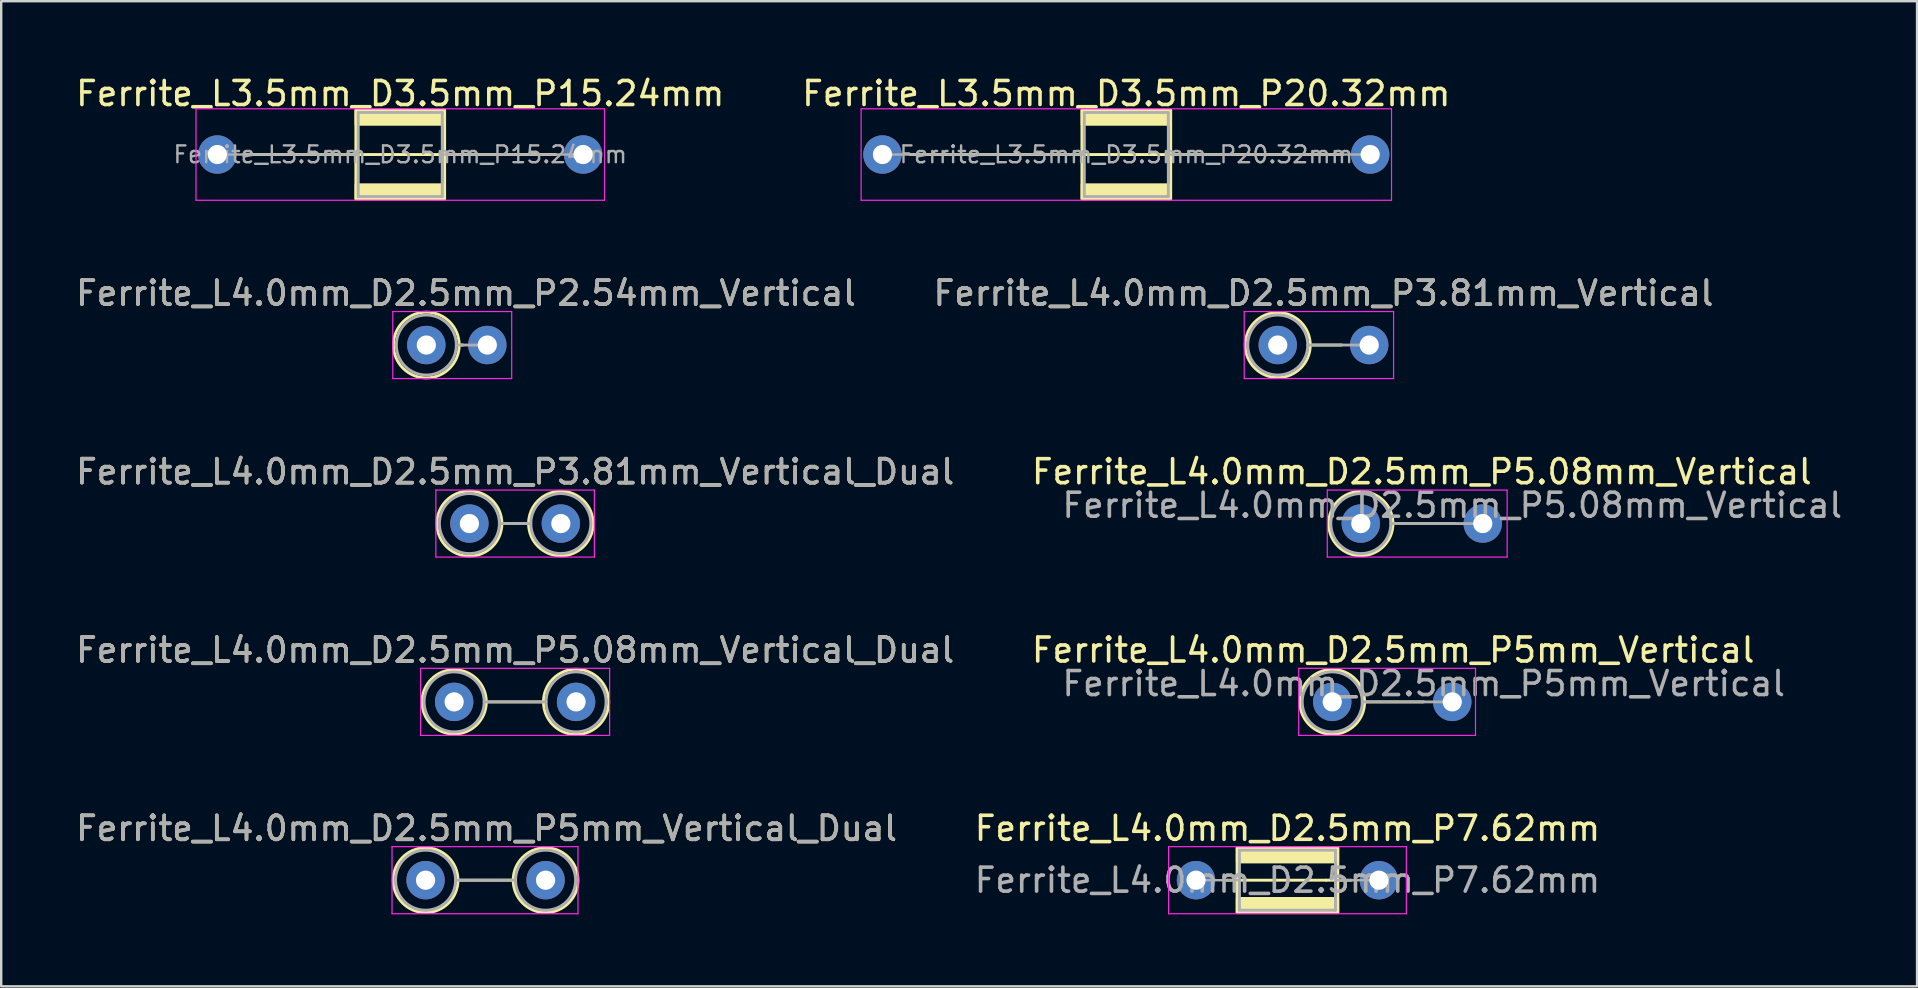
<source format=kicad_pcb>
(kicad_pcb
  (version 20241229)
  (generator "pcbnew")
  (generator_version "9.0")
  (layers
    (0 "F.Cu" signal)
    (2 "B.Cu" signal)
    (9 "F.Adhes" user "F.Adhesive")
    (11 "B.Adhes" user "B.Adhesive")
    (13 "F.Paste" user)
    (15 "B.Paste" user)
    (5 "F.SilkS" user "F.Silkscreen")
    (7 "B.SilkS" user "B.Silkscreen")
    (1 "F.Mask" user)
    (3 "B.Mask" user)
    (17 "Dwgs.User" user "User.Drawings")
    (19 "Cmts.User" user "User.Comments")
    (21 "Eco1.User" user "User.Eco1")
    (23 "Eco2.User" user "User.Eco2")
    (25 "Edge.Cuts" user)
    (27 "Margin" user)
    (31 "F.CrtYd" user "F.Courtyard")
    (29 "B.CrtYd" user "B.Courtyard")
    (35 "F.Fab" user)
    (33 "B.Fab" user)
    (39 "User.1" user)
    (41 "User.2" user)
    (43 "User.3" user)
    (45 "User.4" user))
  (footprint "Ferrite_L4.0mm_D2.5mm_P7.62mm"
    (layer "F.Cu")
    (at 46.779 33.621)
    (property "Reference" "Ferrite_L4.0mm_D2.5mm_P7.62mm" (at 3.81 -2.159 0) (layer "F.SilkS") (effects (font (size 1 1) (thickness 0.15))))
    (fp_line (start 5.424 0.000002) (end 1.143 0) (stroke (width 0.12) (type solid)) (layer "F.SilkS"))
    (fp_line (start 5.424 0.000002) (end 6.477 0) (stroke (width 0.12) (type solid)) (layer "F.SilkS"))
    (fp_rect (start 1.71 -1.35) (end 5.91 1.35) (stroke (width 0.12) (type solid)) (fill no) (layer "F.SilkS"))
    (fp_poly (pts (xy 5.91 -0.75) (xy 1.71 -0.75) (xy 1.71 -1.35) (xy 5.91 -1.35)) (stroke (width 0.1) (type solid)) (fill yes) (layer "F.SilkS"))
    (fp_poly (pts (xy 5.91 1.35) (xy 1.71 1.35) (xy 1.71 0.75) (xy 5.91 0.75)) (stroke (width 0.1) (type solid)) (fill yes) (layer "F.SilkS"))
    (fp_line (start -1.143 -1.397) (end 8.763 -1.397) (stroke (width 0.05) (type solid)) (layer "F.CrtYd"))
    (fp_line (start -1.143 1.397) (end -1.143 -1.397) (stroke (width 0.05) (type solid)) (layer "F.CrtYd"))
    (fp_line (start 8.763 -1.397) (end 8.763 1.397) (stroke (width 0.05) (type solid)) (layer "F.CrtYd"))
    (fp_line (start 8.763 1.397) (end -1.143 1.397) (stroke (width 0.05) (type solid)) (layer "F.CrtYd"))
    (fp_line (start 0 0) (end 1.81 0) (stroke (width 0.1) (type solid)) (layer "F.Fab"))
    (fp_line (start 1.81 -1.25) (end 1.81 0) (stroke (width 0.12) (type solid)) (layer "F.Fab"))
    (fp_line (start 1.81 0) (end 1.81 1.25) (stroke (width 0.12) (type solid)) (layer "F.Fab"))
    (fp_line (start 1.81 1.25) (end 5.81 1.25) (stroke (width 0.12) (type solid)) (layer "F.Fab"))
    (fp_line (start 5.81 -1.25) (end 1.81 -1.25) (stroke (width 0.12) (type solid)) (layer "F.Fab"))
    (fp_line (start 5.81 1.25) (end 5.81 -1.25) (stroke (width 0.12) (type solid)) (layer "F.Fab"))
    (fp_line (start 7.62 0) (end 5.81 0) (stroke (width 0.1) (type solid)) (layer "F.Fab"))
    (fp_text user "${REFERENCE}" (at 3.81 0 0) (layer "F.Fab") (effects (font (size 1 1) (thickness 0.15))))
    (pad "1" thru_hole circle (at 0 0) (size 1.6 1.6) (drill 0.8) (layers "*.Cu" "*.Mask"))
    (pad "2" thru_hole circle (at 7.62 0) (size 1.6 1.6) (drill 0.8) (layers "*.Cu" "*.Mask")))
  (footprint "Ferrite_L4.0mm_D2.5mm_P5mm_Vertical"
    (layer "F.Cu")
    (at 52.454 26.192)
    (property "Reference" "Ferrite_L4.0mm_D2.5mm_P5mm_Vertical" (at 2.54 -2.159 0) (layer "F.SilkS") (effects (font (size 1 1) (thickness 0.15))))
    (fp_line (start 1.35 0) (end 3.81 0) (stroke (width 0.12) (type solid)) (layer "F.SilkS"))
    (fp_circle (center 0 0) (end 1.35 0) (stroke (width 0.12) (type solid)) (fill no) (layer "F.SilkS"))
    (fp_line (start -1.397 -1.397) (end 5.969 -1.397) (stroke (width 0.05) (type solid)) (layer "F.CrtYd"))
    (fp_line (start -1.397 1.397) (end -1.397 -1.397) (stroke (width 0.05) (type solid)) (layer "F.CrtYd"))
    (fp_line (start 5.969 -1.397) (end 5.969 1.397) (stroke (width 0.05) (type solid)) (layer "F.CrtYd"))
    (fp_line (start 5.969 1.397) (end -1.397 1.397) (stroke (width 0.05) (type solid)) (layer "F.CrtYd"))
    (fp_line (start 1.25 0) (end 5 0) (stroke (width 0.12) (type solid)) (layer "F.Fab"))
    (fp_circle (center 0 0) (end 1.25 0) (stroke (width 0.12) (type solid)) (fill no) (layer "F.Fab"))
    (fp_text user "${REFERENCE}" (at 3.81 -0.762 0) (layer "F.Fab") (effects (font (size 1 1) (thickness 0.15))))
    (pad "1" thru_hole circle (at 0 0) (size 1.6 1.6) (drill 0.8) (layers "*.Cu" "*.Mask"))
    (pad "2" thru_hole circle (at 5 0) (size 1.6 1.6) (drill 0.8) (layers "*.Cu" "*.Mask")))
  (footprint "Ferrite_L4.0mm_D2.5mm_P3.81mm_Vertical_Dual"
    (layer "F.Cu")
    (at 16.506 18.763)
    (property "Reference" "Ferrite_L4.0mm_D2.5mm_P3.81mm_Vertical_Dual" (at 1.905 -2.159 0) (layer "F.SilkS") (effects (font (size 1 1) (thickness 0.15))))
    (fp_line (start 1.355 0) (end 2.465 0) (stroke (width 0.12) (type solid)) (layer "F.SilkS"))
    (fp_circle (center 0 0) (end 1.355 0) (stroke (width 0.12) (type solid)) (fill no) (layer "F.SilkS"))
    (fp_circle (center 3.81 0) (end 5.155 0) (stroke (width 0.12) (type solid)) (fill no) (layer "F.SilkS"))
    (fp_line (start -1.397 -1.397) (end 5.207 -1.397) (stroke (width 0.05) (type solid)) (layer "F.CrtYd"))
    (fp_line (start -1.397 1.397) (end -1.397 -1.397) (stroke (width 0.05) (type solid)) (layer "F.CrtYd"))
    (fp_line (start 5.207 -1.397) (end 5.207 1.397) (stroke (width 0.05) (type solid)) (layer "F.CrtYd"))
    (fp_line (start 5.207 1.397) (end -1.397 1.397) (stroke (width 0.05) (type solid)) (layer "F.CrtYd"))
    (fp_line (start 1.25 0) (end 2.56 0) (stroke (width 0.12) (type solid)) (layer "F.Fab"))
    (fp_circle (center 0 0) (end 1.25 0) (stroke (width 0.12) (type solid)) (fill no) (layer "F.Fab"))
    (fp_circle (center 3.81 0) (end 5.06 0) (stroke (width 0.12) (type solid)) (fill no) (layer "F.Fab"))
    (fp_text user "${REFERENCE}" (at 1.905 -2.158 0) (layer "F.Fab") (effects (font (size 1 1) (thickness 0.15))))
    (pad "1" thru_hole circle (at 0 0) (size 1.6 1.6) (drill 0.8) (layers "*.Cu" "*.Mask"))
    (pad "2" thru_hole circle (at 3.81 0) (size 1.6 1.6) (drill 0.8) (layers "*.Cu" "*.Mask")))
  (footprint "Ferrite_L4.0mm_D2.5mm_P5.08mm_Vertical"
    (layer "F.Cu")
    (at 53.645 18.763)
    (property "Reference" "Ferrite_L4.0mm_D2.5mm_P5.08mm_Vertical" (at 2.54 -2.159 0) (layer "F.SilkS") (effects (font (size 1 1) (thickness 0.15))))
    (fp_line (start 1.34 0) (end 3.937 0) (stroke (width 0.12) (type solid)) (layer "F.SilkS"))
    (fp_circle (center 0 0) (end 1.34 0) (stroke (width 0.12) (type solid)) (fill no) (layer "F.SilkS"))
    (fp_line (start -1.397 -1.397) (end 6.096 -1.397) (stroke (width 0.05) (type solid)) (layer "F.CrtYd"))
    (fp_line (start -1.397 1.397) (end -1.397 -1.397) (stroke (width 0.05) (type solid)) (layer "F.CrtYd"))
    (fp_line (start 6.096 -1.397) (end 6.096 1.397) (stroke (width 0.05) (type solid)) (layer "F.CrtYd"))
    (fp_line (start 6.096 1.397) (end -1.397 1.397) (stroke (width 0.05) (type solid)) (layer "F.CrtYd"))
    (fp_line (start 1.25 0) (end 5.08 0) (stroke (width 0.12) (type solid)) (layer "F.Fab"))
    (fp_circle (center 0 0) (end 1.25 0) (stroke (width 0.12) (type solid)) (fill no) (layer "F.Fab"))
    (fp_text user "${REFERENCE}" (at 3.81 -0.762 0) (layer "F.Fab") (effects (font (size 1 1) (thickness 0.15))))
    (pad "1" thru_hole circle (at 0 0) (size 1.6 1.6) (drill 0.8) (layers "*.Cu" "*.Mask"))
    (pad "2" thru_hole circle (at 5.08 0) (size 1.6 1.6) (drill 0.8) (layers "*.Cu" "*.Mask")))
  (footprint "Ferrite_L3.5mm_D3.5mm_P20.32mm"
    (layer "F.Cu")
    (at 33.715 3.388)
    (property "Reference" "Ferrite_L3.5mm_D3.5mm_P20.32mm" (at 10.16 -2.54 0) (layer "F.SilkS") (effects (font (size 1 1) (thickness 0.15))))
    (fp_line (start 19.177 0) (end 1.143 0) (stroke (width 0.12) (type solid)) (layer "F.SilkS"))
    (fp_rect (start 8.31 -1.85) (end 12.01 1.85) (stroke (width 0.12) (type solid)) (fill no) (layer "F.SilkS"))
    (fp_poly (pts (xy 12.01 -1.25) (xy 8.31 -1.25) (xy 8.31 -1.85) (xy 12.01 -1.85)) (stroke (width 0.1) (type solid)) (fill yes) (layer "F.SilkS"))
    (fp_poly (pts (xy 12.01 1.85) (xy 8.31 1.85) (xy 8.31 1.25) (xy 12.01 1.25)) (stroke (width 0.1) (type solid)) (fill yes) (layer "F.SilkS"))
    (fp_line (start -0.889 -1.905) (end 21.209 -1.905) (stroke (width 0.05) (type solid)) (layer "F.CrtYd"))
    (fp_line (start -0.889 1.905) (end -0.889 -1.905) (stroke (width 0.05) (type solid)) (layer "F.CrtYd"))
    (fp_line (start 21.209 -1.905) (end 21.209 1.905) (stroke (width 0.05) (type solid)) (layer "F.CrtYd"))
    (fp_line (start 21.209 1.905) (end -0.889 1.905) (stroke (width 0.05) (type solid)) (layer "F.CrtYd"))
    (fp_line (start 8.41 -1.75) (end 8.41 1.75) (stroke (width 0.12) (type solid)) (layer "F.Fab"))
    (fp_line (start 8.41 0) (end 0 0) (stroke (width 0.1) (type solid)) (layer "F.Fab"))
    (fp_line (start 8.41 1.75) (end 11.91 1.75) (stroke (width 0.12) (type solid)) (layer "F.Fab"))
    (fp_line (start 11.91 -1.75) (end 8.41 -1.75) (stroke (width 0.12) (type solid)) (layer "F.Fab"))
    (fp_line (start 11.91 0) (end 20.066 0) (stroke (width 0.1) (type solid)) (layer "F.Fab"))
    (fp_line (start 11.91 1.75) (end 11.91 -1.75) (stroke (width 0.12) (type solid)) (layer "F.Fab"))
    (fp_line (start 20.066 0) (end 20.32 0) (stroke (width 0.1) (type solid)) (layer "F.Fab"))
    (fp_text user "${REFERENCE}" (at 10.16 0 0) (layer "F.Fab") (effects (font (size 0.7 0.7) (thickness 0.1))))
    (pad "1" thru_hole circle (at 0 0) (size 1.6 1.6) (drill 0.8) (layers "*.Cu" "*.Mask"))
    (pad "2" thru_hole circle (at 20.32 0) (size 1.6 1.6) (drill 0.8) (layers "*.Cu" "*.Mask")))
  (footprint "Ferrite_L4.0mm_D2.5mm_P2.54mm_Vertical"
    (layer "F.Cu")
    (at 14.712 11.325)
    (property "Reference" "Ferrite_L4.0mm_D2.5mm_P2.54mm_Vertical" (at 1.651 -2.159 0) (layer "F.SilkS") (effects (font (size 1 1) (thickness 0.15))))
    (fp_line (start 1.37 0) (end 1.524 0) (stroke (width 0.12) (type solid)) (layer "F.SilkS"))
    (fp_circle (center 0 0) (end 1.37 0) (stroke (width 0.12) (type solid)) (fill no) (layer "F.SilkS"))
    (fp_line (start -1.397 -1.397) (end 3.556 -1.397) (stroke (width 0.05) (type solid)) (layer "F.CrtYd"))
    (fp_line (start -1.397 1.397) (end -1.397 -1.397) (stroke (width 0.05) (type solid)) (layer "F.CrtYd"))
    (fp_line (start 3.556 -1.397) (end 3.556 1.397) (stroke (width 0.05) (type solid)) (layer "F.CrtYd"))
    (fp_line (start 3.556 1.397) (end -1.397 1.397) (stroke (width 0.05) (type solid)) (layer "F.CrtYd"))
    (fp_line (start 1.25 0) (end 2.54 0) (stroke (width 0.12) (type solid)) (layer "F.Fab"))
    (fp_circle (center 0 0) (end 1.25 0) (stroke (width 0.12) (type solid)) (fill no) (layer "F.Fab"))
    (fp_text user "${REFERENCE}" (at 1.651 -2.158 0) (layer "F.Fab") (effects (font (size 1 1) (thickness 0.15))))
    (pad "1" thru_hole circle (at 0 0) (size 1.6 1.6) (drill 0.8) (layers "*.Cu" "*.Mask"))
    (pad "2" thru_hole circle (at 2.54 0) (size 1.6 1.6) (drill 0.8) (layers "*.Cu" "*.Mask")))
  (footprint "Ferrite_L3.5mm_D3.5mm_P15.24mm"
    (layer "F.Cu")
    (at 6.005 3.388)
    (property "Reference" "Ferrite_L3.5mm_D3.5mm_P15.24mm" (at 7.62 -2.54 0) (layer "F.SilkS") (effects (font (size 1 1) (thickness 0.15))))
    (fp_line (start 14.097 0) (end 1.143 0) (stroke (width 0.12) (type solid)) (layer "F.SilkS"))
    (fp_rect (start 5.77 -1.85) (end 9.47 1.85) (stroke (width 0.12) (type solid)) (fill no) (layer "F.SilkS"))
    (fp_poly (pts (xy 9.47 -1.25) (xy 5.77 -1.25) (xy 5.77 -1.85) (xy 9.47 -1.85)) (stroke (width 0.1) (type solid)) (fill yes) (layer "F.SilkS"))
    (fp_poly (pts (xy 9.47 1.85) (xy 5.77 1.85) (xy 5.77 1.25) (xy 9.47 1.25)) (stroke (width 0.1) (type solid)) (fill yes) (layer "F.SilkS"))
    (fp_line (start -0.889 -1.905) (end 16.129 -1.905) (stroke (width 0.05) (type solid)) (layer "F.CrtYd"))
    (fp_line (start -0.889 1.905) (end -0.889 -1.905) (stroke (width 0.05) (type solid)) (layer "F.CrtYd"))
    (fp_line (start 16.129 -1.905) (end 16.129 1.905) (stroke (width 0.05) (type solid)) (layer "F.CrtYd"))
    (fp_line (start 16.129 1.905) (end -0.889 1.905) (stroke (width 0.05) (type solid)) (layer "F.CrtYd"))
    (fp_line (start 5.87 -1.75) (end 5.87 1.75) (stroke (width 0.12) (type solid)) (layer "F.Fab"))
    (fp_line (start 5.87 0) (end 0 0) (stroke (width 0.1) (type solid)) (layer "F.Fab"))
    (fp_line (start 5.87 1.75) (end 9.37 1.75) (stroke (width 0.12) (type solid)) (layer "F.Fab"))
    (fp_line (start 9.37 -1.75) (end 5.87 -1.75) (stroke (width 0.12) (type solid)) (layer "F.Fab"))
    (fp_line (start 9.37 0) (end 15.24 0) (stroke (width 0.1) (type solid)) (layer "F.Fab"))
    (fp_line (start 9.37 1.75) (end 9.37 -1.75) (stroke (width 0.12) (type solid)) (layer "F.Fab"))
    (fp_text user "${REFERENCE}" (at 7.62 0 0) (layer "F.Fab") (effects (font (size 0.7 0.7) (thickness 0.1))))
    (pad "1" thru_hole circle (at 0 0) (size 1.6 1.6) (drill 0.8) (layers "*.Cu" "*.Mask"))
    (pad "2" thru_hole circle (at 15.24 0) (size 1.6 1.6) (drill 0.8) (layers "*.Cu" "*.Mask")))
  (footprint "Ferrite_L4.0mm_D2.5mm_P5.08mm_Vertical_Dual"
    (layer "F.Cu")
    (at 15.871 26.192)
    (property "Reference" "Ferrite_L4.0mm_D2.5mm_P5.08mm_Vertical_Dual" (at 2.54 -2.159 0) (layer "F.SilkS") (effects (font (size 1 1) (thickness 0.15))))
    (fp_line (start 1.34 0) (end 3.72 0) (stroke (width 0.12) (type solid)) (layer "F.SilkS"))
    (fp_circle (center 0 0) (end 1.34 0) (stroke (width 0.12) (type solid)) (fill no) (layer "F.SilkS"))
    (fp_circle (center 5.08 0) (end 6.44 0) (stroke (width 0.12) (type solid)) (fill no) (layer "F.SilkS"))
    (fp_line (start -1.397 -1.397) (end 6.477 -1.397) (stroke (width 0.05) (type solid)) (layer "F.CrtYd"))
    (fp_line (start -1.397 1.397) (end -1.397 -1.397) (stroke (width 0.05) (type solid)) (layer "F.CrtYd"))
    (fp_line (start 6.477 -1.397) (end 6.477 1.397) (stroke (width 0.05) (type solid)) (layer "F.CrtYd"))
    (fp_line (start 6.477 1.397) (end -1.397 1.397) (stroke (width 0.05) (type solid)) (layer "F.CrtYd"))
    (fp_line (start 1.25 0) (end 3.83 0) (stroke (width 0.12) (type solid)) (layer "F.Fab"))
    (fp_circle (center 0 0) (end 1.25 0) (stroke (width 0.12) (type solid)) (fill no) (layer "F.Fab"))
    (fp_circle (center 5.08 0) (end 6.33 0) (stroke (width 0.12) (type solid)) (fill no) (layer "F.Fab"))
    (fp_text user "${REFERENCE}" (at 2.54 -2.158 0) (layer "F.Fab") (effects (font (size 1 1) (thickness 0.15))))
    (pad "1" thru_hole circle (at 0 0) (size 1.6 1.6) (drill 0.8) (layers "*.Cu" "*.Mask"))
    (pad "2" thru_hole circle (at 5.08 0) (size 1.6 1.6) (drill 0.8) (layers "*.Cu" "*.Mask")))
  (footprint "Ferrite_L4.0mm_D2.5mm_P3.81mm_Vertical"
    (layer "F.Cu")
    (at 50.184 11.325)
    (property "Reference" "Ferrite_L4.0mm_D2.5mm_P3.81mm_Vertical" (at 1.905 -2.159 0) (layer "F.SilkS") (effects (font (size 1 1) (thickness 0.15))))
    (fp_line (start 1.355 0) (end 2.667 0) (stroke (width 0.12) (type solid)) (layer "F.SilkS"))
    (fp_circle (center 0 0) (end 1.355 0) (stroke (width 0.12) (type solid)) (fill no) (layer "F.SilkS"))
    (fp_line (start -1.397 -1.397) (end 4.826 -1.397) (stroke (width 0.05) (type solid)) (layer "F.CrtYd"))
    (fp_line (start -1.397 1.397) (end -1.397 -1.397) (stroke (width 0.05) (type solid)) (layer "F.CrtYd"))
    (fp_line (start 4.826 -1.397) (end 4.826 1.397) (stroke (width 0.05) (type solid)) (layer "F.CrtYd"))
    (fp_line (start 4.826 1.397) (end -1.397 1.397) (stroke (width 0.05) (type solid)) (layer "F.CrtYd"))
    (fp_line (start 1.25 0) (end 3.81 0) (stroke (width 0.12) (type solid)) (layer "F.Fab"))
    (fp_circle (center 0 0) (end 1.25 0) (stroke (width 0.12) (type solid)) (fill no) (layer "F.Fab"))
    (fp_text user "${REFERENCE}" (at 1.905 -2.158 0) (layer "F.Fab") (effects (font (size 1 1) (thickness 0.15))))
    (pad "1" thru_hole circle (at 0 0) (size 1.6 1.6) (drill 0.8) (layers "*.Cu" "*.Mask"))
    (pad "2" thru_hole circle (at 3.81 0) (size 1.6 1.6) (drill 0.8) (layers "*.Cu" "*.Mask")))
  (footprint "Ferrite_L4.0mm_D2.5mm_P5mm_Vertical_Dual"
    (layer "F.Cu")
    (at 14.68 33.621)
    (property "Reference" "Ferrite_L4.0mm_D2.5mm_P5mm_Vertical_Dual" (at 2.54 -2.159 0) (layer "F.SilkS") (effects (font (size 1 1) (thickness 0.15))))
    (fp_line (start 1.35 0) (end 3.65 0) (stroke (width 0.12) (type solid)) (layer "F.SilkS"))
    (fp_circle (center 0 0) (end 1.35 0) (stroke (width 0.12) (type solid)) (fill no) (layer "F.SilkS"))
    (fp_circle (center 5 0) (end 6.35 0) (stroke (width 0.12) (type solid)) (fill no) (layer "F.SilkS"))
    (fp_line (start -1.397 -1.397) (end 6.35 -1.397) (stroke (width 0.05) (type solid)) (layer "F.CrtYd"))
    (fp_line (start -1.397 1.397) (end -1.397 -1.397) (stroke (width 0.05) (type solid)) (layer "F.CrtYd"))
    (fp_line (start 6.35 -1.397) (end 6.35 1.397) (stroke (width 0.05) (type solid)) (layer "F.CrtYd"))
    (fp_line (start 6.35 1.397) (end -1.397 1.397) (stroke (width 0.05) (type solid)) (layer "F.CrtYd"))
    (fp_line (start 1.25 0) (end 3.75 0) (stroke (width 0.12) (type solid)) (layer "F.Fab"))
    (fp_circle (center 0 0) (end 1.25 0) (stroke (width 0.12) (type solid)) (fill no) (layer "F.Fab"))
    (fp_circle (center 5 0) (end 6.25 0) (stroke (width 0.12) (type solid)) (fill no) (layer "F.Fab"))
    (fp_text user "${REFERENCE}" (at 2.54 -2.158 0) (layer "F.Fab") (effects (font (size 1 1) (thickness 0.15))))
    (pad "1" thru_hole circle (at 0 0) (size 1.6 1.6) (drill 0.8) (layers "*.Cu" "*.Mask"))
    (pad "2" thru_hole circle (at 5 0) (size 1.6 1.6) (drill 0.8) (layers "*.Cu" "*.Mask")))
  (gr_rect
    (start -3 -3)
    (end 76.818 38.043)
    (stroke (width 0.1) (type default))
    (fill no)
    (layer "Edge.Cuts")))
</source>
